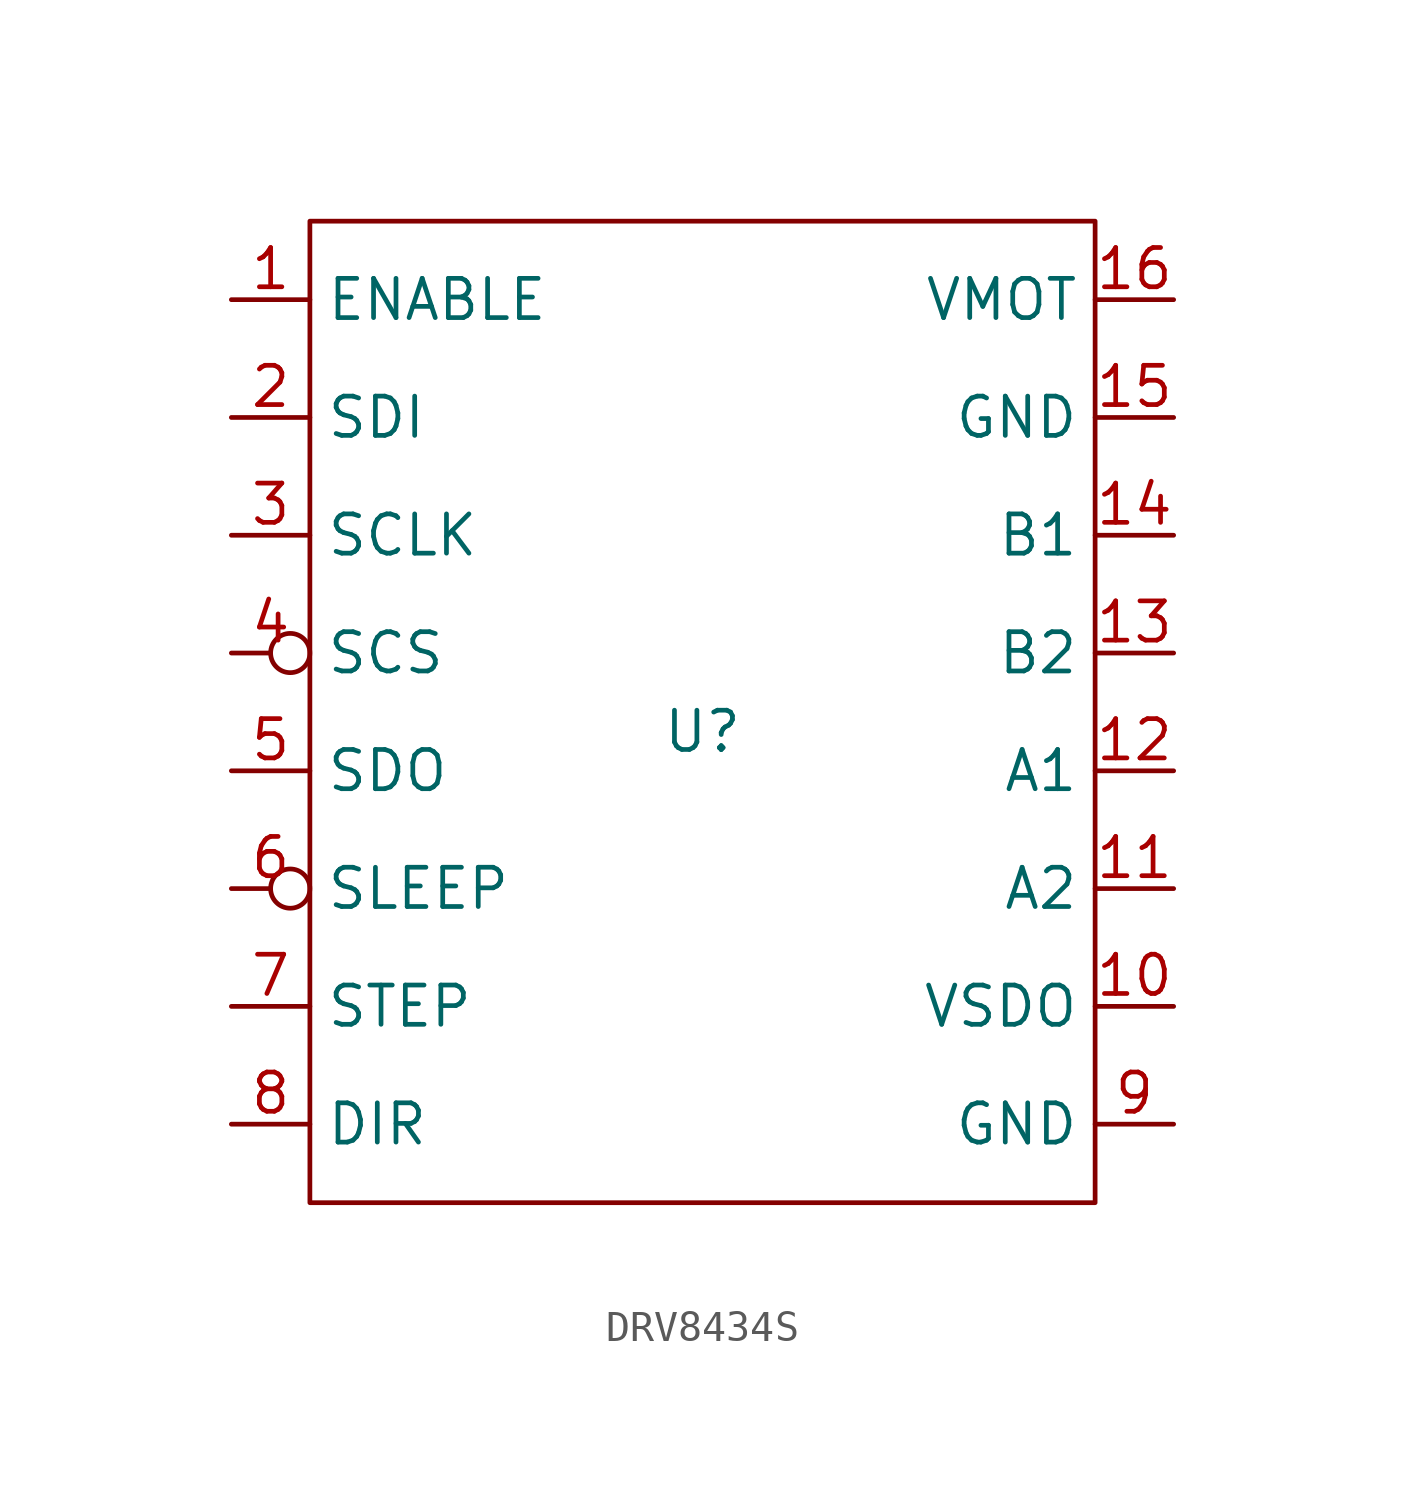
<source format=kicad_sym>
(kicad_symbol_lib
  (version 20220914)
  (generator kicad_symbol_editor)
  (symbol "DRV8434S"
    (property "Reference" "U"
      (at 0 0 0)
      (effects (font (size 1.27 1.27))))
    (property "Value" ""
      (at 0 0 0)
      (effects (font (size 1.27 1.27))))
    (symbol "DRV8434S_0_1"
      (rectangle (start -12.7 16.51) (end 12.7 -15.24) (stroke (width 0) (type default)) (fill (type none))))
    (symbol "DRV8434S_1_0"
      (pin power_in line (at 15.24 10.16 180) (length 2.54) (name "GND" (effects (font (size 1.27 1.27)))) (number "15" (effects (font (size 1.27 1.27))))))
    (symbol "DRV8434S_1_1"
      (pin input line (at -15.24 13.97 0) (length 2.54) (name "ENABLE" (effects (font (size 1.27 1.27)))) (number "1" (effects (font (size 1.27 1.27)))))
      (pin power_in line (at 15.24 -8.89 180) (length 2.54) (name "VSDO" (effects (font (size 1.27 1.27)))) (number "10" (effects (font (size 1.27 1.27)))))
      (pin output line (at 15.24 -5.08 180) (length 2.54) (name "A2" (effects (font (size 1.27 1.27)))) (number "11" (effects (font (size 1.27 1.27)))))
      (pin output line (at 15.24 -1.27 180) (length 2.54) (name "A1" (effects (font (size 1.27 1.27)))) (number "12" (effects (font (size 1.27 1.27)))))
      (pin output line (at 15.24 2.54 180) (length 2.54) (name "B2" (effects (font (size 1.27 1.27)))) (number "13" (effects (font (size 1.27 1.27)))))
      (pin output line (at 15.24 6.35 180) (length 2.54) (name "B1" (effects (font (size 1.27 1.27)))) (number "14" (effects (font (size 1.27 1.27)))))
      (pin power_in line (at 15.24 13.97 180) (length 2.54) (name "VMOT" (effects (font (size 1.27 1.27)))) (number "16" (effects (font (size 1.27 1.27)))))
      (pin input line (at -15.24 10.16 0) (length 2.54) (name "SDI" (effects (font (size 1.27 1.27)))) (number "2" (effects (font (size 1.27 1.27)))))
      (pin input line (at -15.24 6.35 0) (length 2.54) (name "SCLK" (effects (font (size 1.27 1.27)))) (number "3" (effects (font (size 1.27 1.27)))))
      (pin input inverted (at -15.24 2.54 0) (length 2.54) (name "SCS" (effects (font (size 1.27 1.27)))) (number "4" (effects (font (size 1.27 1.27)))))
      (pin output line (at -15.24 -1.27 0) (length 2.54) (name "SDO" (effects (font (size 1.27 1.27)))) (number "5" (effects (font (size 1.27 1.27)))))
      (pin input inverted (at -15.24 -5.08 0) (length 2.54) (name "SLEEP" (effects (font (size 1.27 1.27)))) (number "6" (effects (font (size 1.27 1.27)))))
      (pin input line (at -15.24 -8.89 0) (length 2.54) (name "STEP" (effects (font (size 1.27 1.27)))) (number "7" (effects (font (size 1.27 1.27)))))
      (pin input line (at -15.24 -12.7 0) (length 2.54) (name "DIR" (effects (font (size 1.27 1.27)))) (number "8" (effects (font (size 1.27 1.27)))))
      (pin power_in line (at 15.24 -12.7 180) (length 2.54) (name "GND" (effects (font (size 1.27 1.27)))) (number "9" (effects (font (size 1.27 1.27))))))))
</source>
